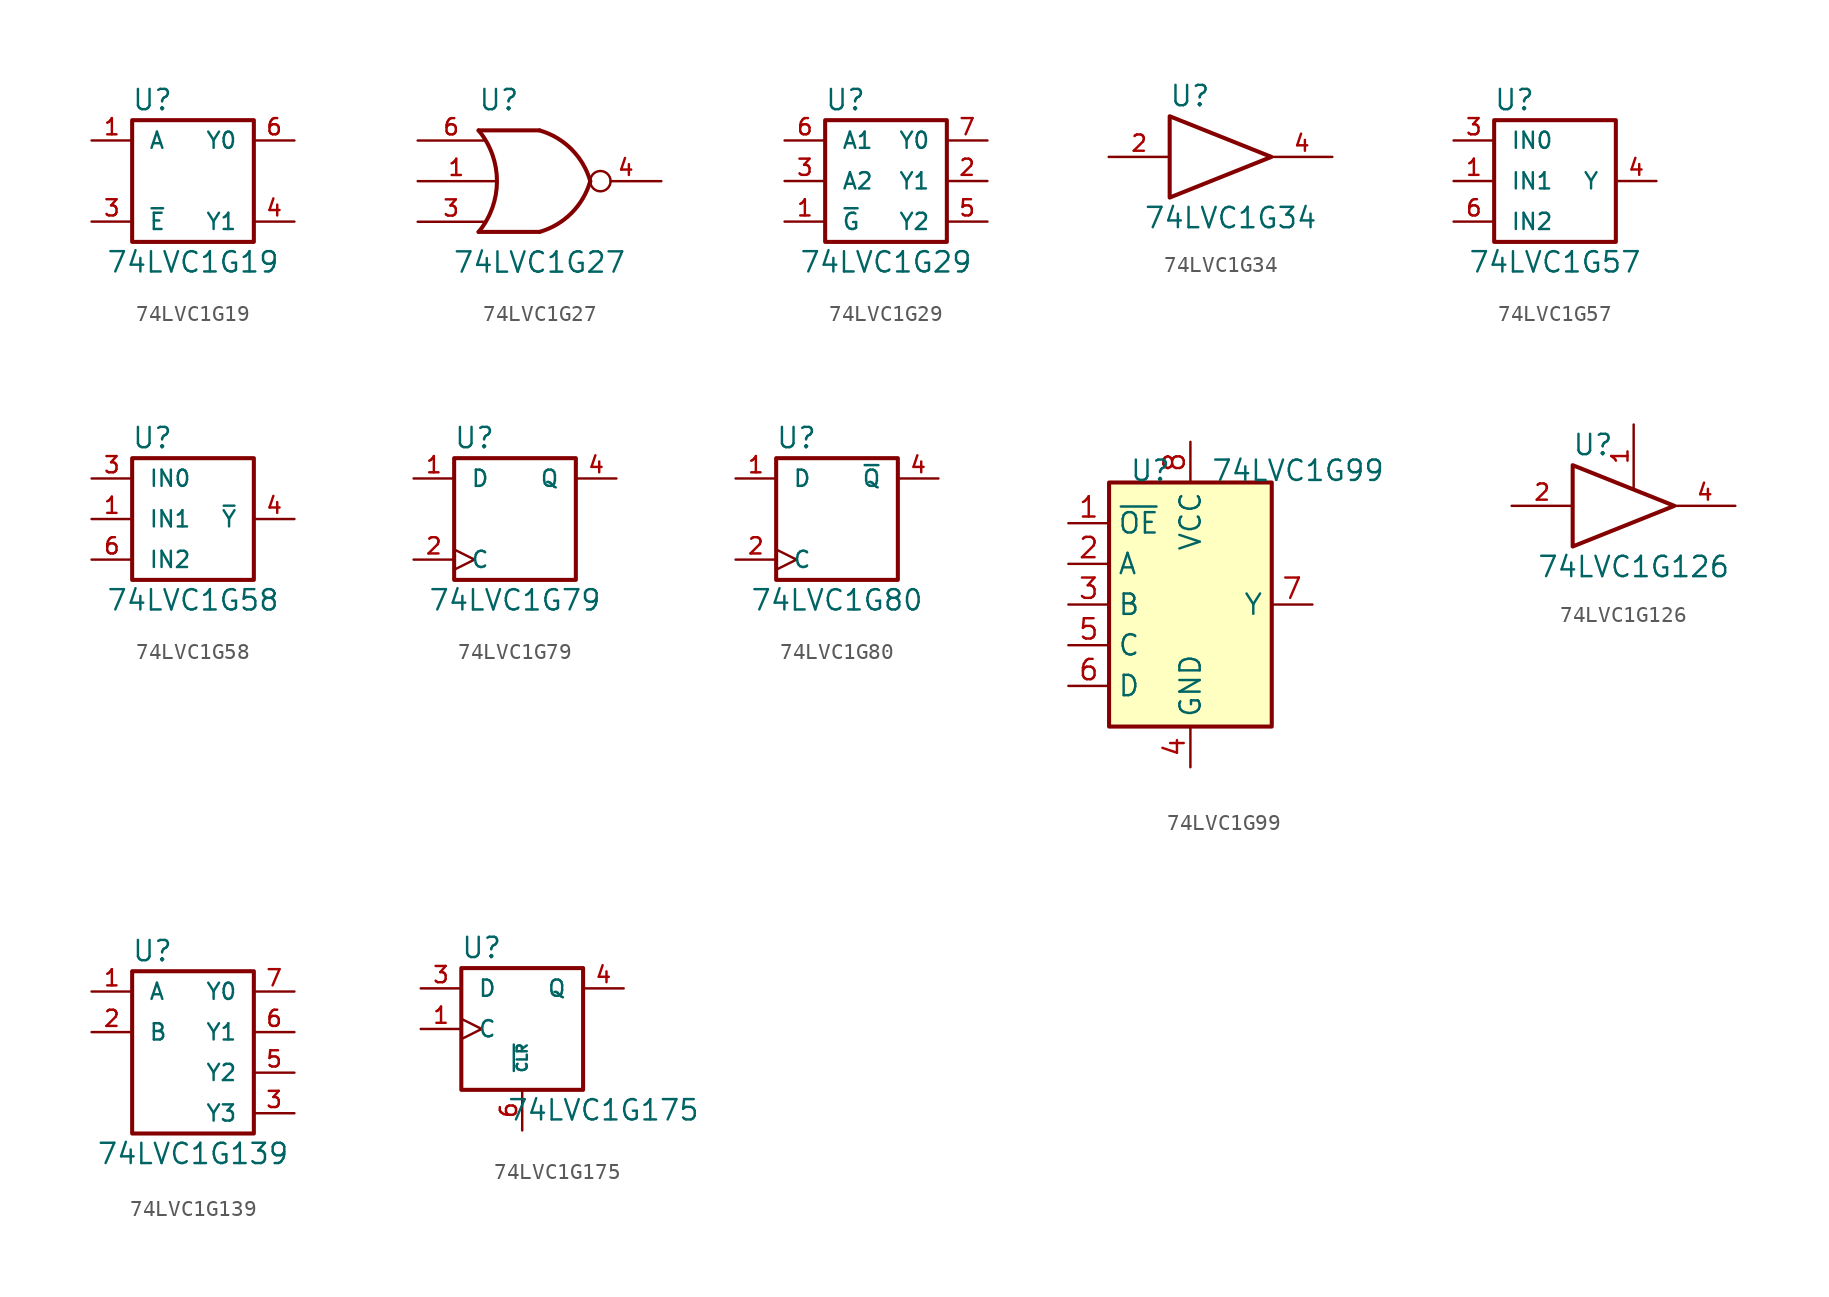
<source format=kicad_sym>
(kicad_symbol_lib
  (version 20211014)
  (generator kicad_symbol_editor)
  (symbol "74LVC1G19"
    (pin_names
      (offset 1.016))
    (property "Reference" "U"
      (at -2.54 5.08 0)
      (effects (font (size 1.27 1.27))))
    (property "Value" "74LVC1G19"
      (at 0 -5.08 0)
      (effects (font (size 1.27 1.27))))
    (symbol "74LVC1G19_0_1"
      (rectangle (start -3.81 3.81) (end 3.81 -3.81) (stroke (width 0.254) (type default) (color 0 0 0 0)) (fill (type none))))
    (symbol "74LVC1G19_1_1"
      (pin input line (at -6.35 2.54 0) (length 2.54) (name "A" (effects (font (size 1.016 1.016)))) (number "1" (effects (font (size 1.016 1.016)))))
      (pin power_in line (at 0 -3.81 270) (length 0) hide (name "GND" (effects (font (size 1.016 1.016)))) (number "2" (effects (font (size 1.016 1.016)))))
      (pin input line (at -6.35 -2.54 0) (length 2.54) (name "~{E}" (effects (font (size 1.016 1.016)))) (number "3" (effects (font (size 1.016 1.016)))))
      (pin output line (at 6.35 -2.54 180) (length 2.54) (name "Y1" (effects (font (size 1.016 1.016)))) (number "4" (effects (font (size 1.016 1.016)))))
      (pin power_in line (at 0 3.81 90) (length 0) hide (name "VCC" (effects (font (size 1.016 1.016)))) (number "5" (effects (font (size 1.016 1.016)))))
      (pin output line (at 6.35 2.54 180) (length 2.54) (name "Y0" (effects (font (size 1.016 1.016)))) (number "6" (effects (font (size 1.016 1.016)))))))
  (symbol "74LVC1G27"
    (pin_names
      (offset 1.016))
    (property "Reference" "U"
      (at -2.54 5.08 0)
      (effects (font (size 1.27 1.27))))
    (property "Value" "74LVC1G27"
      (at 0 -5.08 0)
      (effects (font (size 1.27 1.27))))
    (symbol "74LVC1G27_0_1"
      (arc (start -3.81 -3.175) (mid -2.6605 0) (end -3.81 3.175) (stroke (width 0.254) (type default) (color 0 0 0 0)) (fill (type none)))
      (arc (start 0 -3.175) (mid 1.9989 -1.9989) (end 3.175 0) (stroke (width 0.254) (type default) (color 0 0 0 0)) (fill (type none)))
      (polyline (pts (xy 0 -3.175) (xy -3.81 -3.175)) (stroke (width 0.254) (type default) (color 0 0 0 0)) (fill (type none)))
      (polyline (pts (xy 0 3.175) (xy -3.81 3.175)) (stroke (width 0.254) (type default) (color 0 0 0 0)) (fill (type none)))
      (arc (start 3.175 0) (mid 1.9989 1.9989) (end 0 3.175) (stroke (width 0.254) (type default) (color 0 0 0 0)) (fill (type none))))
    (symbol "74LVC1G27_1_1"
      (pin input line (at -7.62 0 0) (length 4.826) (name "~" (effects (font (size 1.016 1.016)))) (number "1" (effects (font (size 1.016 1.016)))))
      (pin power_in line (at 0 -3.175 270) (length 0) hide (name "GND" (effects (font (size 1.016 1.016)))) (number "2" (effects (font (size 1.016 1.016)))))
      (pin input line (at -7.62 -2.54 0) (length 4.191) (name "~" (effects (font (size 1.016 1.016)))) (number "3" (effects (font (size 1.016 1.016)))))
      (pin output inverted (at 7.62 0 180) (length 4.445) (name "~" (effects (font (size 1.016 1.016)))) (number "4" (effects (font (size 1.016 1.016)))))
      (pin power_in line (at 0 3.175 90) (length 0) hide (name "VCC" (effects (font (size 1.016 1.016)))) (number "5" (effects (font (size 1.016 1.016)))))
      (pin input line (at -7.62 2.54 0) (length 4.191) (name "~" (effects (font (size 1.016 1.016)))) (number "6" (effects (font (size 1.016 1.016)))))))
  (symbol "74LVC1G29"
    (pin_names
      (offset 1.016))
    (property "Reference" "U"
      (at -2.54 5.08 0)
      (effects (font (size 1.27 1.27))))
    (property "Value" "74LVC1G29"
      (at 0 -5.08 0)
      (effects (font (size 1.27 1.27))))
    (symbol "74LVC1G29_0_1"
      (rectangle (start -3.81 3.81) (end 3.81 -3.81) (stroke (width 0.254) (type default) (color 0 0 0 0)) (fill (type none))))
    (symbol "74LVC1G29_1_1"
      (pin input line (at -6.35 -2.54 0) (length 2.54) (name "~{G}" (effects (font (size 1.016 1.016)))) (number "1" (effects (font (size 1.016 1.016)))))
      (pin output line (at 6.35 0 180) (length 2.54) (name "Y1" (effects (font (size 1.016 1.016)))) (number "2" (effects (font (size 1.016 1.016)))))
      (pin input line (at -6.35 0 0) (length 2.54) (name "A2" (effects (font (size 1.016 1.016)))) (number "3" (effects (font (size 1.016 1.016)))))
      (pin power_in line (at 0 -3.81 270) (length 0) hide (name "GND" (effects (font (size 1.016 1.016)))) (number "4" (effects (font (size 1.016 1.016)))))
      (pin output line (at 6.35 -2.54 180) (length 2.54) (name "Y2" (effects (font (size 1.016 1.016)))) (number "5" (effects (font (size 1.016 1.016)))))
      (pin input line (at -6.35 2.54 0) (length 2.54) (name "A1" (effects (font (size 1.016 1.016)))) (number "6" (effects (font (size 1.016 1.016)))))
      (pin output line (at 6.35 2.54 180) (length 2.54) (name "Y0" (effects (font (size 1.016 1.016)))) (number "7" (effects (font (size 1.016 1.016)))))
      (pin power_in line (at 0 3.81 90) (length 0) hide (name "VCC" (effects (font (size 1.016 1.016)))) (number "8" (effects (font (size 1.016 1.016)))))))
  (symbol "74LVC1G34"
    (pin_names
      (offset 1.016))
    (property "Reference" "U"
      (at -2.54 3.81 0)
      (effects (font (size 1.27 1.27))))
    (property "Value" "74LVC1G34"
      (at 0 -3.81 0)
      (effects (font (size 1.27 1.27))))
    (symbol "74LVC1G34_0_1"
      (polyline (pts (xy -3.81 2.54) (xy -3.81 -2.54) (xy 2.54 0) (xy -3.81 2.54)) (stroke (width 0.254) (type default) (color 0 0 0 0)) (fill (type none))))
    (symbol "74LVC1G34_1_1"
      (pin input line (at -7.62 0 0) (length 3.81) (name "~" (effects (font (size 1.016 1.016)))) (number "2" (effects (font (size 1.016 1.016)))))
      (pin power_in line (at 0 -2.54 270) (length 0) hide (name "GND" (effects (font (size 1.016 1.016)))) (number "3" (effects (font (size 1.016 1.016)))))
      (pin output line (at 6.35 0 180) (length 3.81) (name "~" (effects (font (size 1.016 1.016)))) (number "4" (effects (font (size 1.016 1.016)))))
      (pin power_in line (at 0 2.54 90) (length 0) hide (name "VCC" (effects (font (size 1.016 1.016)))) (number "5" (effects (font (size 1.016 1.016)))))))
  (symbol "74LVC1G57"
    (pin_names
      (offset 1.016))
    (property "Reference" "U"
      (at -2.54 5.08 0)
      (effects (font (size 1.27 1.27))))
    (property "Value" "74LVC1G57"
      (at 0 -5.08 0)
      (effects (font (size 1.27 1.27))))
    (symbol "74LVC1G57_0_1"
      (rectangle (start -3.81 3.81) (end 3.81 -3.81) (stroke (width 0.254) (type default) (color 0 0 0 0)) (fill (type none))))
    (symbol "74LVC1G57_1_1"
      (pin input line (at -6.35 0 0) (length 2.54) (name "IN1" (effects (font (size 1.016 1.016)))) (number "1" (effects (font (size 1.016 1.016)))))
      (pin power_in line (at 0 -3.81 270) (length 0) hide (name "GND" (effects (font (size 1.016 1.016)))) (number "2" (effects (font (size 1.016 1.016)))))
      (pin input line (at -6.35 2.54 0) (length 2.54) (name "IN0" (effects (font (size 1.016 1.016)))) (number "3" (effects (font (size 1.016 1.016)))))
      (pin output line (at 6.35 0 180) (length 2.54) (name "Y" (effects (font (size 1.016 1.016)))) (number "4" (effects (font (size 1.016 1.016)))))
      (pin power_in line (at 0 3.81 90) (length 0) hide (name "VCC" (effects (font (size 1.016 1.016)))) (number "5" (effects (font (size 1.016 1.016)))))
      (pin input line (at -6.35 -2.54 0) (length 2.54) (name "IN2" (effects (font (size 1.016 1.016)))) (number "6" (effects (font (size 1.016 1.016)))))))
  (symbol "74LVC1G58"
    (pin_names
      (offset 1.016))
    (property "Reference" "U"
      (at -2.54 5.08 0)
      (effects (font (size 1.27 1.27))))
    (property "Value" "74LVC1G58"
      (at 0 -5.08 0)
      (effects (font (size 1.27 1.27))))
    (symbol "74LVC1G58_0_1"
      (rectangle (start -3.81 3.81) (end 3.81 -3.81) (stroke (width 0.254) (type default) (color 0 0 0 0)) (fill (type none))))
    (symbol "74LVC1G58_1_1"
      (pin input line (at -6.35 0 0) (length 2.54) (name "IN1" (effects (font (size 1.016 1.016)))) (number "1" (effects (font (size 1.016 1.016)))))
      (pin power_in line (at 0 -3.81 270) (length 0) hide (name "GND" (effects (font (size 1.016 1.016)))) (number "2" (effects (font (size 1.016 1.016)))))
      (pin input line (at -6.35 2.54 0) (length 2.54) (name "IN0" (effects (font (size 1.016 1.016)))) (number "3" (effects (font (size 1.016 1.016)))))
      (pin output line (at 6.35 0 180) (length 2.54) (name "~{Y}" (effects (font (size 1.016 1.016)))) (number "4" (effects (font (size 1.016 1.016)))))
      (pin power_in line (at 0 3.81 90) (length 0) hide (name "VCC" (effects (font (size 1.016 1.016)))) (number "5" (effects (font (size 1.016 1.016)))))
      (pin input line (at -6.35 -2.54 0) (length 2.54) (name "IN2" (effects (font (size 1.016 1.016)))) (number "6" (effects (font (size 1.016 1.016)))))))
  (symbol "74LVC1G79"
    (pin_names
      (offset 1.016))
    (property "Reference" "U"
      (at -2.54 5.08 0)
      (effects (font (size 1.27 1.27))))
    (property "Value" "74LVC1G79"
      (at 0 -5.08 0)
      (effects (font (size 1.27 1.27))))
    (symbol "74LVC1G79_0_1"
      (rectangle (start -3.81 3.81) (end 3.81 -3.81) (stroke (width 0.254) (type default) (color 0 0 0 0)) (fill (type none))))
    (symbol "74LVC1G79_1_1"
      (pin input line (at -6.35 2.54 0) (length 2.54) (name "D" (effects (font (size 1.016 1.016)))) (number "1" (effects (font (size 1.016 1.016)))))
      (pin input clock (at -6.35 -2.54 0) (length 2.54) (name "C" (effects (font (size 1.016 1.016)))) (number "2" (effects (font (size 1.016 1.016)))))
      (pin power_in line (at 0 -3.81 270) (length 0) hide (name "GND" (effects (font (size 1.016 1.016)))) (number "3" (effects (font (size 1.016 1.016)))))
      (pin output line (at 6.35 2.54 180) (length 2.54) (name "Q" (effects (font (size 1.016 1.016)))) (number "4" (effects (font (size 1.016 1.016)))))
      (pin power_in line (at 0 3.81 90) (length 0) hide (name "VCC" (effects (font (size 1.016 1.016)))) (number "5" (effects (font (size 1.016 1.016)))))))
  (symbol "74LVC1G80"
    (pin_names
      (offset 1.016))
    (property "Reference" "U"
      (at -2.54 5.08 0)
      (effects (font (size 1.27 1.27))))
    (property "Value" "74LVC1G80"
      (at 0 -5.08 0)
      (effects (font (size 1.27 1.27))))
    (symbol "74LVC1G80_0_1"
      (rectangle (start -3.81 3.81) (end 3.81 -3.81) (stroke (width 0.254) (type default) (color 0 0 0 0)) (fill (type none))))
    (symbol "74LVC1G80_1_1"
      (pin input line (at -6.35 2.54 0) (length 2.54) (name "D" (effects (font (size 1.016 1.016)))) (number "1" (effects (font (size 1.016 1.016)))))
      (pin input clock (at -6.35 -2.54 0) (length 2.54) (name "C" (effects (font (size 1.016 1.016)))) (number "2" (effects (font (size 1.016 1.016)))))
      (pin power_in line (at 0 -3.81 270) (length 0) hide (name "GND" (effects (font (size 1.016 1.016)))) (number "3" (effects (font (size 1.016 1.016)))))
      (pin output line (at 6.35 2.54 180) (length 2.54) (name "~{Q}" (effects (font (size 1.016 1.016)))) (number "4" (effects (font (size 1.016 1.016)))))
      (pin power_in line (at 0 3.81 90) (length 0) hide (name "VCC" (effects (font (size 1.016 1.016)))) (number "5" (effects (font (size 1.016 1.016)))))))
  (symbol "74LVC1G99"
    (property "Reference" "U"
      (at -3.81 7.62 0)
      (effects (font (size 1.27 1.27)) (justify left bottom)))
    (property "Value" "74LVC1G99"
      (at 1.27 7.62 0)
      (effects (font (size 1.27 1.27)) (justify left bottom)))
    (symbol "74LVC1G99_0_1"
      (rectangle (start -5.08 7.62) (end 5.08 -7.62) (stroke (width 0.254) (type default) (color 0 0 0 0)) (fill (type background))))
    (symbol "74LVC1G99_1_1"
      (pin input line (at -7.62 5.08 0) (length 2.54) (name "~{OE}" (effects (font (size 1.27 1.27)))) (number "1" (effects (font (size 1.27 1.27)))))
      (pin input line (at -7.62 2.54 0) (length 2.54) (name "A" (effects (font (size 1.27 1.27)))) (number "2" (effects (font (size 1.27 1.27)))))
      (pin input line (at -7.62 0 0) (length 2.54) (name "B" (effects (font (size 1.27 1.27)))) (number "3" (effects (font (size 1.27 1.27)))))
      (pin power_in line (at 0 -10.16 90) (length 2.54) (name "GND" (effects (font (size 1.27 1.27)))) (number "4" (effects (font (size 1.27 1.27)))))
      (pin input line (at -7.62 -2.54 0) (length 2.54) (name "C" (effects (font (size 1.27 1.27)))) (number "5" (effects (font (size 1.27 1.27)))))
      (pin input line (at -7.62 -5.08 0) (length 2.54) (name "D" (effects (font (size 1.27 1.27)))) (number "6" (effects (font (size 1.27 1.27)))))
      (pin output line (at 7.62 0 180) (length 2.54) (name "Y" (effects (font (size 1.27 1.27)))) (number "7" (effects (font (size 1.27 1.27)))))
      (pin power_in line (at 0 10.16 270) (length 2.54) (name "VCC" (effects (font (size 1.27 1.27)))) (number "8" (effects (font (size 1.27 1.27)))))))
  (symbol "74LVC1G126"
    (pin_names
      (offset 1.016))
    (property "Reference" "U"
      (at -2.54 3.81 0)
      (effects (font (size 1.27 1.27))))
    (property "Value" "74LVC1G126"
      (at 0 -3.81 0)
      (effects (font (size 1.27 1.27))))
    (symbol "74LVC1G126_0_1"
      (polyline (pts (xy -3.81 2.54) (xy -3.81 -2.54) (xy 2.54 0) (xy -3.81 2.54)) (stroke (width 0.254) (type default) (color 0 0 0 0)) (fill (type none))))
    (symbol "74LVC1G126_1_1"
      (pin input line (at 0 5.08 270) (length 3.937) (name "~" (effects (font (size 1.016 1.016)))) (number "1" (effects (font (size 1.016 1.016)))))
      (pin input line (at -7.62 0 0) (length 3.81) (name "~" (effects (font (size 1.016 1.016)))) (number "2" (effects (font (size 1.016 1.016)))))
      (pin power_in line (at 1.27 -1.27 270) (length 0) hide (name "GND" (effects (font (size 1.016 1.016)))) (number "3" (effects (font (size 1.016 1.016)))))
      (pin tri_state line (at 6.35 0 180) (length 3.81) (name "~" (effects (font (size 1.016 1.016)))) (number "4" (effects (font (size 1.016 1.016)))))
      (pin power_in line (at 1.27 1.27 90) (length 0) hide (name "VCC" (effects (font (size 1.016 1.016)))) (number "5" (effects (font (size 1.016 1.016)))))))
  (symbol "74LVC1G139"
    (pin_names
      (offset 1.016))
    (property "Reference" "U"
      (at -2.54 6.35 0)
      (effects (font (size 1.27 1.27))))
    (property "Value" "74LVC1G139"
      (at 0 -6.35 0)
      (effects (font (size 1.27 1.27))))
    (symbol "74LVC1G139_0_1"
      (rectangle (start -3.81 5.08) (end 3.81 -5.08) (stroke (width 0.254) (type default) (color 0 0 0 0)) (fill (type none))))
    (symbol "74LVC1G139_1_1"
      (pin input line (at -6.35 3.81 0) (length 2.54) (name "A" (effects (font (size 1.016 1.016)))) (number "1" (effects (font (size 1.016 1.016)))))
      (pin input line (at -6.35 1.27 0) (length 2.54) (name "B" (effects (font (size 1.016 1.016)))) (number "2" (effects (font (size 1.016 1.016)))))
      (pin output line (at 6.35 -3.81 180) (length 2.54) (name "Y3" (effects (font (size 1.016 1.016)))) (number "3" (effects (font (size 1.016 1.016)))))
      (pin power_in line (at 0 -5.08 270) (length 0) hide (name "GND" (effects (font (size 1.016 1.016)))) (number "4" (effects (font (size 1.016 1.016)))))
      (pin output line (at 6.35 -1.27 180) (length 2.54) (name "Y2" (effects (font (size 1.016 1.016)))) (number "5" (effects (font (size 1.016 1.016)))))
      (pin output line (at 6.35 1.27 180) (length 2.54) (name "Y1" (effects (font (size 1.016 1.016)))) (number "6" (effects (font (size 1.016 1.016)))))
      (pin output line (at 6.35 3.81 180) (length 2.54) (name "Y0" (effects (font (size 1.016 1.016)))) (number "7" (effects (font (size 1.016 1.016)))))
      (pin power_in line (at 0 5.08 90) (length 0) hide (name "VCC" (effects (font (size 1.016 1.016)))) (number "8" (effects (font (size 1.016 1.016)))))))
  (symbol "74LVC1G175"
    (pin_names
      (offset 1.016))
    (property "Reference" "U"
      (at -2.54 5.08 0)
      (effects (font (size 1.27 1.27))))
    (property "Value" "74LVC1G175"
      (at 5.08 -5.08 0)
      (effects (font (size 1.27 1.27))))
    (symbol "74LVC1G175_0_1"
      (rectangle (start -3.81 3.81) (end 3.81 -3.81) (stroke (width 0.254) (type default) (color 0 0 0 0)) (fill (type none))))
    (symbol "74LVC1G175_1_1"
      (pin input clock (at -6.35 0 0) (length 2.54) (name "C" (effects (font (size 1.016 1.016)))) (number "1" (effects (font (size 1.016 1.016)))))
      (pin power_in line (at -3.81 -3.81 270) (length 0) hide (name "GND" (effects (font (size 1.016 1.016)))) (number "2" (effects (font (size 1.016 1.016)))))
      (pin input line (at -6.35 2.54 0) (length 2.54) (name "D" (effects (font (size 1.016 1.016)))) (number "3" (effects (font (size 1.016 1.016)))))
      (pin output line (at 6.35 2.54 180) (length 2.54) (name "Q" (effects (font (size 1.016 1.016)))) (number "4" (effects (font (size 1.016 1.016)))))
      (pin power_in line (at 0 3.81 90) (length 0) hide (name "VCC" (effects (font (size 1.016 1.016)))) (number "5" (effects (font (size 1.016 1.016)))))
      (pin input line (at 0 -6.35 90) (length 2.54) (name "~{CLR}" (effects (font (size 0.635 0.635)))) (number "6" (effects (font (size 1.016 1.016))))))))
</source>
